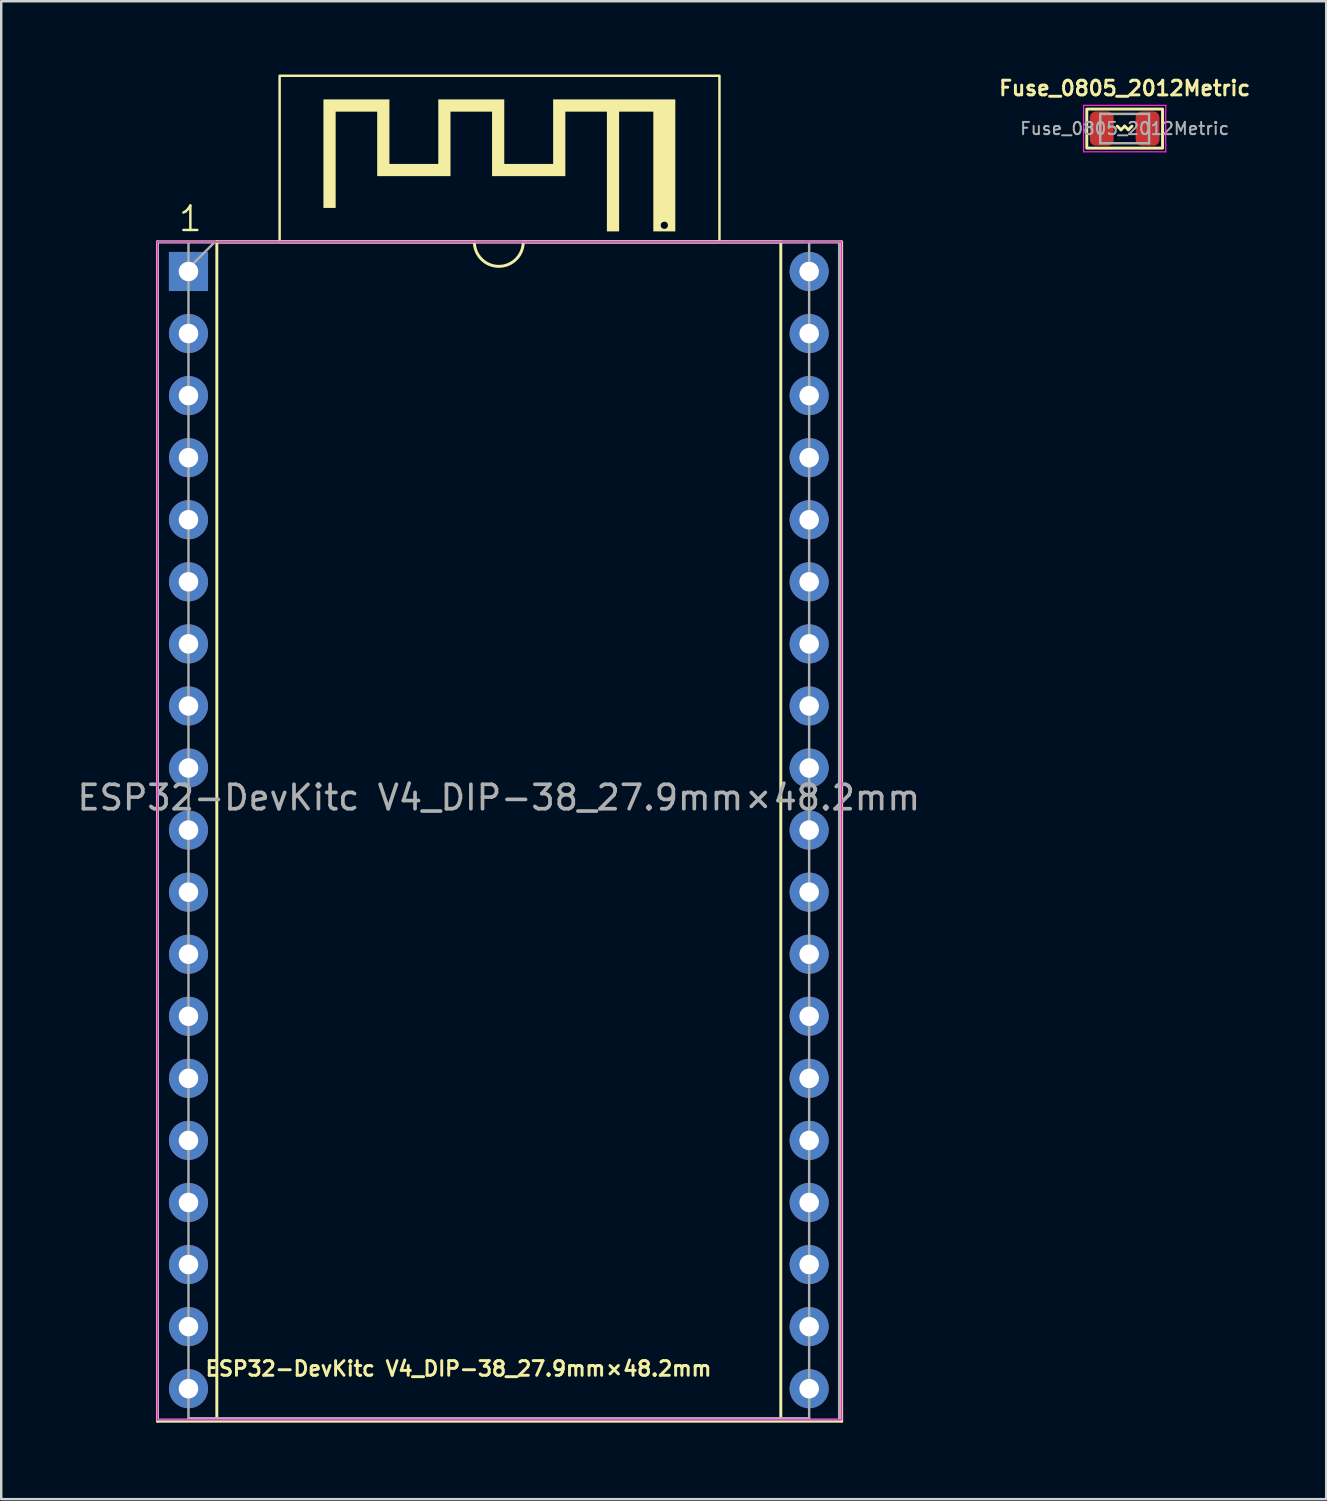
<source format=kicad_pcb>
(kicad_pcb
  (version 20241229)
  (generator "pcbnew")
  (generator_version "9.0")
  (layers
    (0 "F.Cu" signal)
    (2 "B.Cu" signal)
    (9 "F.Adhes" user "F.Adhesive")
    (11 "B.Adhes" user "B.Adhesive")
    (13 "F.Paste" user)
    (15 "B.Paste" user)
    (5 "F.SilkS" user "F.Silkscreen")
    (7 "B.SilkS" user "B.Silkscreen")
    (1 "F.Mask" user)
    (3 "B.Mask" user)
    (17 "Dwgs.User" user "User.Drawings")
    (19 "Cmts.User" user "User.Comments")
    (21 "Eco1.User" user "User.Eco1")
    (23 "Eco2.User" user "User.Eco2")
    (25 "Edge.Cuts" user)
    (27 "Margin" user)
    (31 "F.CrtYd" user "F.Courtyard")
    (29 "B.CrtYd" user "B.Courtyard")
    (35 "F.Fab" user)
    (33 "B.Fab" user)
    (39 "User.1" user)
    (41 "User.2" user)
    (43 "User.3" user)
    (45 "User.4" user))
  (footprint "Fuse_0805_2012Metric"
    (layer "F.Cu")
    (at 42.975 2.212)
    (property "Reference" "Fuse_0805_2012Metric" (at 0 -1.65 0) (layer "F.SilkS") (effects (font (size 0.6 0.6) (thickness 0.12))))
    (attr smd)
    (fp_line (start -0.3 -0.1) (end -0.15 0.05) (stroke (width 0.12) (type default)) (layer "F.SilkS"))
    (fp_line (start -0.15 0.05) (end 0 -0.1) (stroke (width 0.12) (type default)) (layer "F.SilkS"))
    (fp_line (start 0 -0.1) (end 0.15 0.05) (stroke (width 0.12) (type default)) (layer "F.SilkS"))
    (fp_line (start 0.15 0.05) (end 0.3 -0.1) (stroke (width 0.12) (type default)) (layer "F.SilkS"))
    (fp_rect (start -1.55 -0.8) (end 1.55 0.8) (stroke (width 0.12) (type default)) (fill no) (layer "F.SilkS"))
    (fp_line (start -1.68 -0.95) (end 1.68 -0.95) (stroke (width 0.05) (type solid)) (layer "F.CrtYd"))
    (fp_line (start -1.68 0.95) (end -1.68 -0.95) (stroke (width 0.05) (type solid)) (layer "F.CrtYd"))
    (fp_line (start 1.68 -0.95) (end 1.68 0.95) (stroke (width 0.05) (type solid)) (layer "F.CrtYd"))
    (fp_line (start 1.68 0.95) (end -1.68 0.95) (stroke (width 0.05) (type solid)) (layer "F.CrtYd"))
    (fp_line (start -1 -0.6) (end 1 -0.6) (stroke (width 0.1) (type solid)) (layer "F.Fab"))
    (fp_line (start -1 0.6) (end -1 -0.6) (stroke (width 0.1) (type solid)) (layer "F.Fab"))
    (fp_line (start 1 -0.6) (end 1 0.6) (stroke (width 0.1) (type solid)) (layer "F.Fab"))
    (fp_line (start 1 0.6) (end -1 0.6) (stroke (width 0.1) (type solid)) (layer "F.Fab"))
    (fp_text user "${REFERENCE}" (at 0 0 0) (layer "F.Fab") (effects (font (size 0.5 0.5) (thickness 0.08))))
    (pad "1" smd roundrect (at -0.938 0) (size 0.975 1.4) (layers "F.Cu" "F.Mask" "F.Paste") (roundrect_rratio 0.25))
    (pad "2" smd roundrect (at 0.938 0) (size 0.975 1.4) (layers "F.Cu" "F.Mask" "F.Paste") (roundrect_rratio 0.25)))
  (footprint "ESP32-DevKitc V4_DIP-38_27.9mm×48.2mm"
    (layer "F.Cu")
    (at 3.393 55.05)
    (property "Reference" "ESP32-DevKitc V4_DIP-38_27.9mm×48.2mm" (at 12.32 -2.09 0) (layer "F.SilkS") (effects (font (size 0.6 0.6) (thickness 0.12))))
    (attr through_hole)
    (fp_line (start 0 -48.2) (end 0 0.06) (stroke (width 0.12) (type solid)) (layer "F.SilkS"))
    (fp_line (start 0 0.06) (end 28 0.06) (stroke (width 0.12) (type solid)) (layer "F.SilkS"))
    (fp_line (start 2.43 -48.2) (end 2.43 0) (stroke (width 0.12) (type solid)) (layer "F.SilkS"))
    (fp_line (start 2.43 0) (end 25.51 0) (stroke (width 0.12) (type solid)) (layer "F.SilkS"))
    (fp_line (start 12.97 -48.2) (end 2.43 -48.2) (stroke (width 0.12) (type solid)) (layer "F.SilkS"))
    (fp_line (start 25.51 -48.2) (end 14.97 -48.2) (stroke (width 0.12) (type solid)) (layer "F.SilkS"))
    (fp_line (start 25.51 0) (end 25.51 -48.2) (stroke (width 0.12) (type solid)) (layer "F.SilkS"))
    (fp_line (start 28 -48.2) (end 0 -48.2) (stroke (width 0.12) (type solid)) (layer "F.SilkS"))
    (fp_line (start 28 0.06) (end 28 -48.2) (stroke (width 0.12) (type solid)) (layer "F.SilkS"))
    (fp_rect (start 5 -55) (end 23 -48.2) (stroke (width 0.1) (type default)) (fill no) (layer "F.SilkS"))
    (fp_arc (start 14.97 -48.2) (mid 13.97 -47.2) (end 12.97 -48.2) (stroke (width 0.12) (type solid)) (layer "F.SilkS"))
    (fp_poly (pts (xy 16.193 -51.391) (xy 14.193 -51.391) (xy 14.193 -54.031) (xy 11.493 -54.031) (xy 11.493 -51.391) (xy 9.493 -51.391) (xy 9.493 -54.031) (xy 6.793 -54.031) (xy 6.793 -49.591) (xy 7.293 -49.591) (xy 7.293 -53.531) (xy 8.993 -53.531) (xy 8.993 -50.891) (xy 11.993 -50.891) (xy 11.993 -53.531) (xy 13.693 -53.531) (xy 13.693 -50.891) (xy 16.693 -50.891) (xy 16.693 -53.531) (xy 18.393 -53.531) (xy 18.393 -48.631) (xy 18.893 -48.631) (xy 18.893 -53.531) (xy 20.293 -53.531) (xy 20.293 -48.631) (xy 21.193 -48.631) (xy 21.193 -48.874) (xy 20.891 -48.874) (xy 20.881 -48.826) (xy 20.857 -48.784) (xy 20.819 -48.751) (xy 20.811 -48.747) (xy 20.768 -48.735) (xy 20.72 -48.735) (xy 20.674 -48.748) (xy 20.656 -48.759) (xy 20.622 -48.794) (xy 20.602 -48.839) (xy 20.595 -48.889) (xy 20.604 -48.937) (xy 20.62 -48.969) (xy 20.656 -49.002) (xy 20.701 -49.022) (xy 20.751 -49.029) (xy 20.799 -49.021) (xy 20.832 -49.004) (xy 20.867 -48.967) (xy 20.886 -48.922) (xy 20.891 -48.874) (xy 21.193 -48.874) (xy 21.193 -54.031) (xy 16.193 -54.031) (xy 16.193 -51.391)) (stroke (width 0) (type solid)) (fill yes) (layer "F.SilkS"))
    (fp_line (start 0 -48.2) (end 0 0) (stroke (width 0.05) (type solid)) (layer "F.CrtYd"))
    (fp_line (start 0 0) (end 28 0) (stroke (width 0.05) (type solid)) (layer "F.CrtYd"))
    (fp_line (start 28 -48.2) (end 0 -48.2) (stroke (width 0.05) (type solid)) (layer "F.CrtYd"))
    (fp_line (start 28 0) (end 28 -48.2) (stroke (width 0.05) (type solid)) (layer "F.CrtYd"))
    (fp_line (start 0 -48.2) (end 0 0) (stroke (width 0.1) (type solid)) (layer "F.Fab"))
    (fp_line (start 0 0) (end 27.9 0) (stroke (width 0.1) (type solid)) (layer "F.Fab"))
    (fp_line (start 1.27 0) (end 1.27 -48.2) (stroke (width 0.1) (type solid)) (layer "F.Fab"))
    (fp_line (start 1.278 -47.125) (end 2.278 -48.125) (stroke (width 0.1) (type solid)) (layer "F.Fab"))
    (fp_line (start 2.525 -48.2) (end 26.415 -48.2) (stroke (width 0.1) (type solid)) (layer "F.Fab"))
    (fp_line (start 26.67 -0.06) (end 1.27 -0.06) (stroke (width 0.1) (type solid)) (layer "F.Fab"))
    (fp_line (start 26.67 -0.06) (end 26.67 -48.133) (stroke (width 0.1) (type default)) (layer "F.Fab"))
    (fp_line (start 27.9 -48.2) (end 0 -48.2) (stroke (width 0.1) (type solid)) (layer "F.Fab"))
    (fp_line (start 27.9 -48.2) (end 27.9 0) (stroke (width 0.1) (type solid)) (layer "F.Fab"))
    (fp_line (start 27.9 0) (end 27.9 -48.2) (stroke (width 0.1) (type solid)) (layer "F.Fab"))
    (fp_text user "1" (at 0.805 -48.562 0) (unlocked yes) (layer "F.SilkS") (effects (font (size 1 1) (thickness 0.1)) (justify left bottom)))
    (fp_text user "${REFERENCE}" (at 13.97 -25.46 0) (layer "F.Fab") (effects (font (size 1 1) (thickness 0.15))))
    (pad "1" thru_hole rect (at 1.27 -46.99) (size 1.6 1.6) (drill 0.8) (layers "*.Cu" "*.Mask"))
    (pad "2" thru_hole oval (at 1.27 -44.45) (size 1.6 1.6) (drill 0.8) (layers "*.Cu" "*.Mask"))
    (pad "3" thru_hole oval (at 1.27 -41.91) (size 1.6 1.6) (drill 0.8) (layers "*.Cu" "*.Mask"))
    (pad "4" thru_hole oval (at 1.27 -39.37) (size 1.6 1.6) (drill 0.8) (layers "*.Cu" "*.Mask"))
    (pad "5" thru_hole oval (at 1.27 -36.83) (size 1.6 1.6) (drill 0.8) (layers "*.Cu" "*.Mask"))
    (pad "6" thru_hole oval (at 1.27 -34.29) (size 1.6 1.6) (drill 0.8) (layers "*.Cu" "*.Mask"))
    (pad "7" thru_hole oval (at 1.27 -31.75) (size 1.6 1.6) (drill 0.8) (layers "*.Cu" "*.Mask"))
    (pad "8" thru_hole oval (at 1.27 -29.21) (size 1.6 1.6) (drill 0.8) (layers "*.Cu" "*.Mask"))
    (pad "9" thru_hole oval (at 1.27 -26.67) (size 1.6 1.6) (drill 0.8) (layers "*.Cu" "*.Mask"))
    (pad "10" thru_hole oval (at 1.27 -24.13) (size 1.6 1.6) (drill 0.8) (layers "*.Cu" "*.Mask"))
    (pad "11" thru_hole oval (at 1.27 -21.59) (size 1.6 1.6) (drill 0.8) (layers "*.Cu" "*.Mask"))
    (pad "12" thru_hole oval (at 1.27 -19.05) (size 1.6 1.6) (drill 0.8) (layers "*.Cu" "*.Mask"))
    (pad "13" thru_hole oval (at 1.27 -16.51) (size 1.6 1.6) (drill 0.8) (layers "*.Cu" "*.Mask"))
    (pad "14" thru_hole oval (at 1.27 -13.97) (size 1.6 1.6) (drill 0.8) (layers "*.Cu" "*.Mask"))
    (pad "15" thru_hole oval (at 1.27 -11.43) (size 1.6 1.6) (drill 0.8) (layers "*.Cu" "*.Mask"))
    (pad "16" thru_hole oval (at 1.27 -8.89) (size 1.6 1.6) (drill 0.8) (layers "*.Cu" "*.Mask"))
    (pad "17" thru_hole oval (at 1.27 -6.35) (size 1.6 1.6) (drill 0.8) (layers "*.Cu" "*.Mask"))
    (pad "18" thru_hole oval (at 1.27 -3.81) (size 1.6 1.6) (drill 0.8) (layers "*.Cu" "*.Mask"))
    (pad "19" thru_hole oval (at 1.27 -1.27) (size 1.6 1.6) (drill 0.8) (layers "*.Cu" "*.Mask"))
    (pad "20" thru_hole oval (at 26.67 -1.27) (size 1.6 1.6) (drill 0.8) (layers "*.Cu" "*.Mask"))
    (pad "21" thru_hole oval (at 26.67 -3.81) (size 1.6 1.6) (drill 0.8) (layers "*.Cu" "*.Mask"))
    (pad "22" thru_hole oval (at 26.67 -6.35) (size 1.6 1.6) (drill 0.8) (layers "*.Cu" "*.Mask"))
    (pad "23" thru_hole oval (at 26.67 -8.89) (size 1.6 1.6) (drill 0.8) (layers "*.Cu" "*.Mask"))
    (pad "24" thru_hole oval (at 26.67 -11.43) (size 1.6 1.6) (drill 0.8) (layers "*.Cu" "*.Mask"))
    (pad "25" thru_hole oval (at 26.67 -13.97) (size 1.6 1.6) (drill 0.8) (layers "*.Cu" "*.Mask"))
    (pad "26" thru_hole oval (at 26.67 -16.51) (size 1.6 1.6) (drill 0.8) (layers "*.Cu" "*.Mask"))
    (pad "27" thru_hole oval (at 26.67 -19.05) (size 1.6 1.6) (drill 0.8) (layers "*.Cu" "*.Mask"))
    (pad "28" thru_hole oval (at 26.67 -21.59) (size 1.6 1.6) (drill 0.8) (layers "*.Cu" "*.Mask"))
    (pad "29" thru_hole oval (at 26.67 -24.13) (size 1.6 1.6) (drill 0.8) (layers "*.Cu" "*.Mask"))
    (pad "30" thru_hole oval (at 26.67 -26.67) (size 1.6 1.6) (drill 0.8) (layers "*.Cu" "*.Mask"))
    (pad "31" thru_hole oval (at 26.67 -29.21) (size 1.6 1.6) (drill 0.8) (layers "*.Cu" "*.Mask"))
    (pad "32" thru_hole oval (at 26.67 -31.75) (size 1.6 1.6) (drill 0.8) (layers "*.Cu" "*.Mask"))
    (pad "33" thru_hole oval (at 26.67 -34.29) (size 1.6 1.6) (drill 0.8) (layers "*.Cu" "*.Mask"))
    (pad "34" thru_hole oval (at 26.67 -36.83) (size 1.6 1.6) (drill 0.8) (layers "*.Cu" "*.Mask"))
    (pad "35" thru_hole oval (at 26.67 -39.37) (size 1.6 1.6) (drill 0.8) (layers "*.Cu" "*.Mask"))
    (pad "36" thru_hole oval (at 26.67 -41.91) (size 1.6 1.6) (drill 0.8) (layers "*.Cu" "*.Mask"))
    (pad "37" thru_hole oval (at 26.67 -44.45) (size 1.6 1.6) (drill 0.8) (layers "*.Cu" "*.Mask"))
    (pad "38" thru_hole oval (at 26.67 -46.99) (size 1.6 1.6) (drill 0.8) (layers "*.Cu" "*.Mask")))
  (gr_rect
    (start -3 -3)
    (end 51.223 58.3)
    (stroke (width 0.1) (type default))
    (fill no)
    (layer "Edge.Cuts")))
</source>
